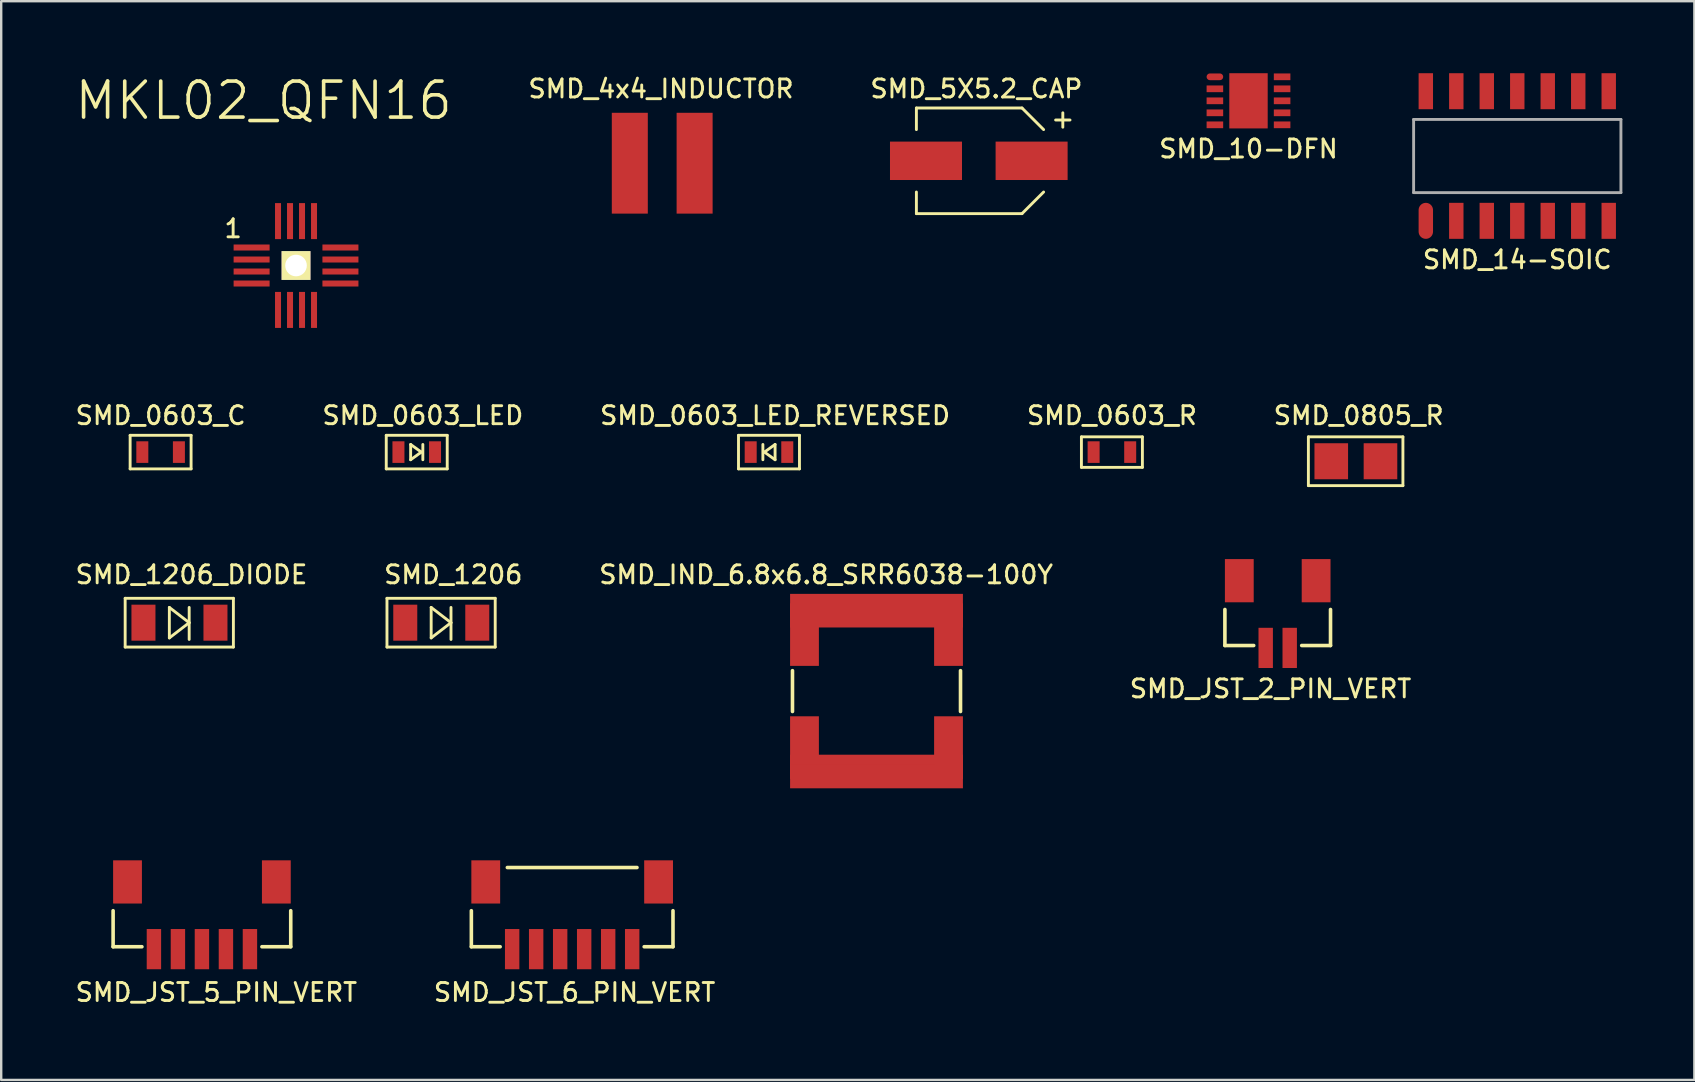
<source format=kicad_pcb>
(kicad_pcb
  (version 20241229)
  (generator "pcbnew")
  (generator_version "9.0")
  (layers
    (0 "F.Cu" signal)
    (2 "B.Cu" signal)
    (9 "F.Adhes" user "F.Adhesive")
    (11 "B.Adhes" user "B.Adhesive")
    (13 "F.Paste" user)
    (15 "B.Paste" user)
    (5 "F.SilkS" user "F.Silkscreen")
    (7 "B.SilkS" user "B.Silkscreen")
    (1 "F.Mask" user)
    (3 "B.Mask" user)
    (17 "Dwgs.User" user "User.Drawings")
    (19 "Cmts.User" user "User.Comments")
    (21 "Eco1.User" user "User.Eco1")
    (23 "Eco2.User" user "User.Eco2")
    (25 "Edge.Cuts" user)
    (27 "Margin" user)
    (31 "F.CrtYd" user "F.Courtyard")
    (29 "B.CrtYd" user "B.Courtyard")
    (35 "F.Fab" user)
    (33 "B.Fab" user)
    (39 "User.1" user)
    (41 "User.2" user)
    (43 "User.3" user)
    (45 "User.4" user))
  (footprint "SMD_JST_5_PIN_VERT"
    (layer "F.Cu")
    (at 3.362 36.49)
    (property "Reference" "SMD_JST_5_PIN_VERT" (at 2.6 1.8 0) (layer "F.SilkS") (effects (font (size 0.75 0.75) (thickness 0.12))))
    (attr through_hole)
    (fp_line (start -1.7 -1.6) (end -1.7 -0.1) (stroke (width 0.15) (type solid)) (layer "F.SilkS"))
    (fp_line (start -0.5 -0.1) (end -1.7 -0.1) (stroke (width 0.15) (type solid)) (layer "F.SilkS"))
    (fp_line (start 4.5 -0.1) (end 5.7 -0.1) (stroke (width 0.15) (type solid)) (layer "F.SilkS"))
    (fp_line (start 5.7 -1.6) (end 5.7 -0.1) (stroke (width 0.15) (type solid)) (layer "F.SilkS"))
    (pad "" smd rect (at -1.1 -2.8) (size 1.2 1.8) (layers "F.Cu" "F.Mask" "F.Paste"))
    (pad "" smd rect (at 5.1 -2.8) (size 1.2 1.8) (layers "F.Cu" "F.Mask" "F.Paste"))
    (pad "1" smd rect (at 0 0) (size 0.6 1.675) (layers "F.Cu" "F.Mask" "F.Paste"))
    (pad "2" smd rect (at 1 0) (size 0.6 1.675) (layers "F.Cu" "F.Mask" "F.Paste"))
    (pad "3" smd rect (at 2 0) (size 0.6 1.675) (layers "F.Cu" "F.Mask" "F.Paste"))
    (pad "4" smd rect (at 3 0) (size 0.6 1.675) (layers "F.Cu" "F.Mask" "F.Paste"))
    (pad "5" smd rect (at 4 0) (size 0.6 1.675) (layers "F.Cu" "F.Mask" "F.Paste")))
  (footprint "MKL02_QFN16"
    (layer "F.Cu")
    (at 7.932 8.761)
    (property "Reference" "MKL02_QFN16" (at 0 -7.62 0) (layer "F.SilkS") (effects (font (size 1.5 1.5) (thickness 0.15))))
    (attr through_hole)
    (fp_text user "1" (at -1.27 -2.286 0) (layer "F.SilkS") (effects (font (size 0.75 0.75) (thickness 0.12))))
    (pad "" thru_hole rect (at 1.35 -0.75 90) (size 1.2 1.2) (drill 0.9) (layers "*.Cu" "*.Mask" "F.SilkS"))
    (pad "1" smd rect (at 0 -1.5) (size 1.5 0.25) (drill (offset -0.5 0)) (layers "F.Cu" "F.Mask" "F.Paste"))
    (pad "2" smd rect (at 0 -1) (size 1.5 0.25) (drill (offset -0.5 0)) (layers "F.Cu" "F.Mask" "F.Paste"))
    (pad "3" smd rect (at 0 -0.5) (size 1.5 0.25) (drill (offset -0.5 0)) (layers "F.Cu" "F.Mask" "F.Paste"))
    (pad "4" smd rect (at 0 0) (size 1.5 0.25) (drill (offset -0.5 0)) (layers "F.Cu" "F.Mask" "F.Paste"))
    (pad "5" smd rect (at 0.6 0.6 90) (size 1.5 0.25) (drill (offset -0.5 0)) (layers "F.Cu" "F.Mask" "F.Paste"))
    (pad "6" smd rect (at 1.1 0.6 90) (size 1.5 0.25) (drill (offset -0.5 0)) (layers "F.Cu" "F.Mask" "F.Paste"))
    (pad "7" smd rect (at 1.6 0.6 90) (size 1.5 0.25) (drill (offset -0.5 0)) (layers "F.Cu" "F.Mask" "F.Paste"))
    (pad "8" smd rect (at 2.1 0.6 90) (size 1.5 0.25) (drill (offset -0.5 0)) (layers "F.Cu" "F.Mask" "F.Paste"))
    (pad "9" smd rect (at 2.7 0 180) (size 1.5 0.25) (drill (offset -0.5 0)) (layers "F.Cu" "F.Mask" "F.Paste"))
    (pad "10" smd rect (at 2.7 -0.5 180) (size 1.5 0.25) (drill (offset -0.5 0)) (layers "F.Cu" "F.Mask" "F.Paste"))
    (pad "11" smd rect (at 2.7 -1 180) (size 1.5 0.25) (drill (offset -0.5 0)) (layers "F.Cu" "F.Mask" "F.Paste"))
    (pad "12" smd rect (at 2.7 -1.5 180) (size 1.5 0.25) (drill (offset -0.5 0)) (layers "F.Cu" "F.Mask" "F.Paste"))
    (pad "13" smd rect (at 2.1 -2.1 270) (size 1.5 0.25) (drill (offset -0.5 0)) (layers "F.Cu" "F.Mask" "F.Paste"))
    (pad "14" smd rect (at 1.6 -2.1 270) (size 1.5 0.25) (drill (offset -0.5 0)) (layers "F.Cu" "F.Mask" "F.Paste"))
    (pad "15" smd rect (at 1.1 -2.1 270) (size 1.5 0.25) (drill (offset -0.5 0)) (layers "F.Cu" "F.Mask" "F.Paste"))
    (pad "16" smd rect (at 0.6 -2.1 270) (size 1.5 0.25) (drill (offset -0.5 0)) (layers "F.Cu" "F.Mask" "F.Paste")))
  (footprint "SMD_1206"
    (layer "F.Cu")
    (at 13.833 22.89)
    (property "Reference" "SMD_1206" (at 2 -2 0) (layer "F.SilkS") (effects (font (size 0.75 0.75) (thickness 0.12))))
    (attr through_hole)
    (fp_line (start -0.762 -1.016) (end 3.747 -1.016) (stroke (width 0.12) (type solid)) (layer "F.SilkS"))
    (fp_line (start -0.762 1.016) (end -0.762 -1.016) (stroke (width 0.12) (type solid)) (layer "F.SilkS"))
    (fp_line (start 1.079 -0.635) (end 1.079 0.635) (stroke (width 0.12) (type solid)) (layer "F.SilkS"))
    (fp_line (start 1.079 0.635) (end 1.905 0) (stroke (width 0.12) (type solid)) (layer "F.SilkS"))
    (fp_line (start 1.905 -0.635) (end 1.905 0.699) (stroke (width 0.12) (type solid)) (layer "F.SilkS"))
    (fp_line (start 1.905 0) (end 1.079 -0.635) (stroke (width 0.12) (type solid)) (layer "F.SilkS"))
    (fp_line (start 3.747 -1.016) (end 3.747 1.016) (stroke (width 0.12) (type solid)) (layer "F.SilkS"))
    (fp_line (start 3.747 1.016) (end -0.762 1.016) (stroke (width 0.12) (type solid)) (layer "F.SilkS"))
    (pad "1" smd rect (at 0 0) (size 1 1.5) (layers "F.Cu" "F.Mask" "F.Paste"))
    (pad "2" smd rect (at 3 0) (size 1 1.5) (layers "F.Cu" "F.Mask" "F.Paste")))
  (footprint "SMD_14-SOIC"
    (layer "F.Cu")
    (at 60.158 3.45)
    (property "Reference" "SMD_14-SOIC" (at 0 4.318 0) (layer "F.SilkS") (effects (font (size 0.75 0.75) (thickness 0.12))))
    (attr through_hole)
    (fp_line (start -4.318 -1.524) (end 4.318 -1.524) (stroke (width 0.12) (type solid)) (layer "F.Fab"))
    (fp_line (start -4.318 1.524) (end -4.318 -1.524) (stroke (width 0.12) (type solid)) (layer "F.Fab"))
    (fp_line (start 4.318 -1.524) (end 4.318 1.524) (stroke (width 0.12) (type solid)) (layer "F.Fab"))
    (fp_line (start 4.318 1.524) (end -4.318 1.524) (stroke (width 0.12) (type solid)) (layer "F.Fab"))
    (pad "1" smd oval (at -3.81 2.7) (size 0.6 1.5) (layers "F.Cu" "F.Mask" "F.Paste"))
    (pad "2" smd rect (at -2.54 2.7) (size 0.6 1.5) (layers "F.Cu" "F.Mask" "F.Paste"))
    (pad "3" smd rect (at -1.27 2.7) (size 0.6 1.5) (layers "F.Cu" "F.Mask" "F.Paste"))
    (pad "4" smd rect (at 0 2.7) (size 0.6 1.5) (layers "F.Cu" "F.Mask" "F.Paste"))
    (pad "5" smd rect (at 1.27 2.7) (size 0.6 1.5) (layers "F.Cu" "F.Mask" "F.Paste"))
    (pad "6" smd rect (at 2.54 2.7) (size 0.6 1.5) (layers "F.Cu" "F.Mask" "F.Paste"))
    (pad "7" smd rect (at 3.81 2.7) (size 0.6 1.5) (layers "F.Cu" "F.Mask" "F.Paste"))
    (pad "8" smd rect (at 3.81 -2.7) (size 0.6 1.5) (layers "F.Cu" "F.Mask" "F.Paste"))
    (pad "9" smd rect (at 2.54 -2.7) (size 0.6 1.5) (layers "F.Cu" "F.Mask" "F.Paste"))
    (pad "10" smd rect (at 1.27 -2.7) (size 0.6 1.5) (layers "F.Cu" "F.Mask" "F.Paste"))
    (pad "11" smd rect (at 0 -2.7) (size 0.6 1.5) (layers "F.Cu" "F.Mask" "F.Paste"))
    (pad "12" smd rect (at -1.27 -2.7) (size 0.6 1.5) (layers "F.Cu" "F.Mask" "F.Paste"))
    (pad "13" smd rect (at -2.54 -2.7) (size 0.6 1.5) (layers "F.Cu" "F.Mask" "F.Paste"))
    (pad "14" smd rect (at -3.81 -2.7) (size 0.6 1.5) (layers "F.Cu" "F.Mask" "F.Paste")))
  (footprint "SMD_0603_C"
    (layer "F.Cu")
    (at 4.403 15.784)
    (property "Reference" "SMD_0603_C" (at -0.762 -1.524 0) (layer "F.SilkS") (effects (font (size 0.75 0.75) (thickness 0.12))))
    (attr through_hole)
    (fp_line (start -2.032 -0.699) (end -2.032 0.699) (stroke (width 0.12) (type solid)) (layer "F.SilkS"))
    (fp_line (start -2.032 -0.699) (end 0.508 -0.699) (stroke (width 0.12) (type solid)) (layer "F.SilkS"))
    (fp_line (start 0.508 -0.699) (end 0.508 0.699) (stroke (width 0.12) (type solid)) (layer "F.SilkS"))
    (fp_line (start 0.508 0.699) (end -2.032 0.699) (stroke (width 0.12) (type solid)) (layer "F.SilkS"))
    (pad "1" smd rect (at -1.524 0) (size 0.5 0.9) (layers "F.Cu" "F.Mask" "F.Paste"))
    (pad "2" smd rect (at 0 0) (size 0.5 0.9) (layers "F.Cu" "F.Mask" "F.Paste")))
  (footprint "SMD_10-DFN"
    (layer "F.Cu")
    (at 48.961 1.15)
    (property "Reference" "SMD_10-DFN" (at 0 2 0) (layer "F.SilkS") (effects (font (size 0.75 0.75) (thickness 0.12))))
    (attr through_hole)
    (pad "1" smd oval (at -1.4 -1) (size 0.69 0.28) (layers "F.Cu" "F.Mask" "F.Paste"))
    (pad "2" smd rect (at -1.4 -0.5) (size 0.69 0.28) (layers "F.Cu" "F.Mask" "F.Paste"))
    (pad "3" smd rect (at -1.4 0) (size 0.69 0.28) (layers "F.Cu" "F.Mask" "F.Paste"))
    (pad "4" smd rect (at -1.4 0.5) (size 0.69 0.28) (layers "F.Cu" "F.Mask" "F.Paste"))
    (pad "5" smd rect (at -1.4 1) (size 0.69 0.28) (layers "F.Cu" "F.Mask" "F.Paste"))
    (pad "5" smd rect (at 0 0) (size 1.6 2.3) (layers "F.Cu" "F.Mask" "F.Paste"))
    (pad "6" smd rect (at 1.4 1) (size 0.69 0.28) (layers "F.Cu" "F.Mask" "F.Paste"))
    (pad "7" smd rect (at 1.4 0.5) (size 0.69 0.28) (layers "F.Cu" "F.Mask" "F.Paste"))
    (pad "8" smd rect (at 1.4 0) (size 0.69 0.28) (layers "F.Cu" "F.Mask" "F.Paste"))
    (pad "9" smd rect (at 1.4 -0.5) (size 0.69 0.28) (layers "F.Cu" "F.Mask" "F.Paste"))
    (pad "10" smd rect (at 1.4 -1) (size 0.69 0.28) (layers "F.Cu" "F.Mask" "F.Paste")))
  (footprint "SMD_5X5.2_CAP"
    (layer "F.Cu")
    (at 35.526 3.649)
    (property "Reference" "SMD_5X5.2_CAP" (at 2.1 -3 0) (layer "F.SilkS") (effects (font (size 0.75 0.75) (thickness 0.12))))
    (attr through_hole)
    (fp_line (start -0.4 -2.2) (end -0.4 -1.3) (stroke (width 0.12) (type solid)) (layer "F.SilkS"))
    (fp_line (start -0.4 2.2) (end -0.4 1.3) (stroke (width 0.12) (type solid)) (layer "F.SilkS"))
    (fp_line (start 4 -2.2) (end -0.4 -2.2) (stroke (width 0.12) (type solid)) (layer "F.SilkS"))
    (fp_line (start 4 -2.2) (end 4.9 -1.3) (stroke (width 0.12) (type solid)) (layer "F.SilkS"))
    (fp_line (start 4 2.2) (end -0.4 2.2) (stroke (width 0.12) (type solid)) (layer "F.SilkS"))
    (fp_line (start 4.9 1.3) (end 4 2.2) (stroke (width 0.12) (type solid)) (layer "F.SilkS"))
    (fp_line (start 5.4 -1.7) (end 6 -1.7) (stroke (width 0.12) (type solid)) (layer "F.SilkS"))
    (fp_line (start 5.7 -2) (end 5.7 -1.4) (stroke (width 0.12) (type solid)) (layer "F.SilkS"))
    (pad "1" smd rect (at 4.4 0) (size 3 1.6) (layers "F.Cu" "F.Mask" "F.Paste"))
    (pad "2" smd rect (at 0 0) (size 3 1.6) (layers "F.Cu" "F.Mask" "F.Paste")))
  (footprint "SMD_0603_R"
    (layer "F.Cu")
    (at 44.033 15.784)
    (property "Reference" "SMD_0603_R" (at -0.762 -1.524 0) (layer "F.SilkS") (effects (font (size 0.75 0.75) (thickness 0.12))))
    (attr through_hole)
    (fp_line (start -2.032 -0.635) (end 0.508 -0.635) (stroke (width 0.12) (type solid)) (layer "F.SilkS"))
    (fp_line (start -2.032 0.635) (end -2.032 -0.635) (stroke (width 0.12) (type solid)) (layer "F.SilkS"))
    (fp_line (start 0.508 -0.635) (end 0.508 0.635) (stroke (width 0.12) (type solid)) (layer "F.SilkS"))
    (fp_line (start 0.508 0.635) (end -2.032 0.635) (stroke (width 0.12) (type solid)) (layer "F.SilkS"))
    (pad "1" smd rect (at -1.524 0) (size 0.5 0.9) (layers "F.Cu" "F.Mask" "F.Paste"))
    (pad "2" smd rect (at 0 0) (size 0.5 0.9) (layers "F.Cu" "F.Mask" "F.Paste")))
  (footprint "SMD_4x4_INDUCTOR"
    (layer "F.Cu")
    (at 23.187 3.749)
    (property "Reference" "SMD_4x4_INDUCTOR" (at 1.3 -3.1 0) (layer "F.SilkS") (effects (font (size 0.75 0.75) (thickness 0.12))))
    (attr through_hole)
    (pad "1" smd rect (at 0 0) (size 1.5 4.2) (layers "F.Cu" "F.Mask" "F.Paste"))
    (pad "2" smd rect (at 2.7 0) (size 1.5 4.2) (layers "F.Cu" "F.Mask" "F.Paste")))
  (footprint "SMD_0603_LED_REVERSED"
    (layer "F.Cu")
    (at 29.747 15.784)
    (property "Reference" "SMD_0603_LED_REVERSED" (at -0.508 -1.524 0) (layer "F.SilkS") (effects (font (size 0.75 0.75) (thickness 0.12))))
    (attr through_hole)
    (fp_line (start -2.032 -0.699) (end -2.032 0.699) (stroke (width 0.12) (type solid)) (layer "F.SilkS"))
    (fp_line (start -2.032 0.699) (end 0.508 0.699) (stroke (width 0.12) (type solid)) (layer "F.SilkS"))
    (fp_line (start -1.016 0.318) (end -1.016 -0.318) (stroke (width 0.12) (type solid)) (layer "F.SilkS"))
    (fp_line (start -0.953 0) (end -0.508 0.318) (stroke (width 0.12) (type solid)) (layer "F.SilkS"))
    (fp_line (start -0.508 -0.318) (end -0.953 0) (stroke (width 0.12) (type solid)) (layer "F.SilkS"))
    (fp_line (start -0.508 0.318) (end -0.508 -0.318) (stroke (width 0.12) (type solid)) (layer "F.SilkS"))
    (fp_line (start 0.508 -0.699) (end -2.032 -0.699) (stroke (width 0.12) (type solid)) (layer "F.SilkS"))
    (fp_line (start 0.508 -0.699) (end 0.508 0.699) (stroke (width 0.12) (type solid)) (layer "F.SilkS"))
    (pad "1" smd rect (at -1.524 0) (size 0.5 0.9) (layers "F.Cu" "F.Mask" "F.Paste"))
    (pad "2" smd rect (at 0 0) (size 0.5 0.9) (layers "F.Cu" "F.Mask" "F.Paste")))
  (footprint "SMD_JST_2_PIN_VERT"
    (layer "F.Cu")
    (at 49.678 23.941)
    (property "Reference" "SMD_JST_2_PIN_VERT" (at 0.2 1.7 0) (layer "F.SilkS") (effects (font (size 0.75 0.75) (thickness 0.12))))
    (attr through_hole)
    (fp_line (start -1.7 -1.6) (end -1.7 -0.1) (stroke (width 0.15) (type solid)) (layer "F.SilkS"))
    (fp_line (start -0.5 -0.1) (end -1.7 -0.1) (stroke (width 0.15) (type solid)) (layer "F.SilkS"))
    (fp_line (start 1.5 -0.1) (end 2.7 -0.1) (stroke (width 0.15) (type solid)) (layer "F.SilkS"))
    (fp_line (start 2.7 -1.6) (end 2.7 -0.1) (stroke (width 0.15) (type solid)) (layer "F.SilkS"))
    (pad "" smd rect (at -1.1 -2.8) (size 1.2 1.8) (layers "F.Cu" "F.Mask" "F.Paste"))
    (pad "" smd rect (at 2.1 -2.8) (size 1.2 1.8) (layers "F.Cu" "F.Mask" "F.Paste"))
    (pad "1" smd rect (at 0 0) (size 0.6 1.675) (layers "F.Cu" "F.Mask" "F.Paste"))
    (pad "2" smd rect (at 1 0) (size 0.6 1.675) (layers "F.Cu" "F.Mask" "F.Paste")))
  (footprint "SMD_0603_LED"
    (layer "F.Cu")
    (at 15.073 15.784)
    (property "Reference" "SMD_0603_LED" (at -0.508 -1.524 0) (layer "F.SilkS") (effects (font (size 0.75 0.75) (thickness 0.12))))
    (attr through_hole)
    (fp_line (start -2.032 -0.699) (end -2.032 0.699) (stroke (width 0.12) (type solid)) (layer "F.SilkS"))
    (fp_line (start -2.032 0.699) (end 0.508 0.699) (stroke (width 0.12) (type solid)) (layer "F.SilkS"))
    (fp_line (start -1.016 -0.318) (end -1.016 0.318) (stroke (width 0.12) (type solid)) (layer "F.SilkS"))
    (fp_line (start -1.016 0.318) (end -0.572 0) (stroke (width 0.12) (type solid)) (layer "F.SilkS"))
    (fp_line (start -0.572 0) (end -1.016 -0.318) (stroke (width 0.12) (type solid)) (layer "F.SilkS"))
    (fp_line (start -0.508 -0.318) (end -0.508 0.318) (stroke (width 0.12) (type solid)) (layer "F.SilkS"))
    (fp_line (start 0.508 -0.699) (end -2.032 -0.699) (stroke (width 0.12) (type solid)) (layer "F.SilkS"))
    (fp_line (start 0.508 -0.699) (end 0.508 0.699) (stroke (width 0.12) (type solid)) (layer "F.SilkS"))
    (pad "1" smd rect (at -1.524 0) (size 0.5 0.9) (layers "F.Cu" "F.Mask" "F.Paste"))
    (pad "2" smd rect (at 0 0) (size 0.5 0.9) (layers "F.Cu" "F.Mask" "F.Paste")))
  (footprint "SMD_IND_6.8x6.8_SRR6038-100Y"
    (layer "F.Cu")
    (at 33.464 23.39)
    (property "Reference" "SMD_IND_6.8x6.8_SRR6038-100Y" (at -2.1 -2.5 0) (layer "F.SilkS") (effects (font (size 0.75 0.75) (thickness 0.12))))
    (attr through_hole)
    (fp_line (start -3.5 1.5) (end -3.5 3.2) (stroke (width 0.15) (type solid)) (layer "F.SilkS"))
    (fp_line (start 3.5 1.5) (end 3.5 3.2) (stroke (width 0.15) (type solid)) (layer "F.SilkS"))
    (pad "1" smd rect (at -3 0) (size 1.2 2.6) (layers "F.Cu" "F.Mask" "F.Paste"))
    (pad "1" smd rect (at 0 -1.2) (size 7.2 1) (layers "F.Cu" "F.Mask" "F.Paste"))
    (pad "1" smd rect (at 0 -0.8) (size 7.2 1) (layers "F.Cu" "F.Mask" "F.Paste"))
    (pad "1" smd rect (at 3 0) (size 1.2 2.6) (layers "F.Cu" "F.Mask" "F.Paste"))
    (pad "2" smd rect (at -3 4.7) (size 1.2 2.6) (layers "F.Cu" "F.Mask" "F.Paste"))
    (pad "2" smd rect (at 0 5.5) (size 7.2 1) (layers "F.Cu" "F.Mask" "F.Paste"))
    (pad "2" smd rect (at 0 5.9) (size 7.2 1) (layers "F.Cu" "F.Mask" "F.Paste"))
    (pad "2" smd rect (at 3 4.7) (size 1.2 2.6) (layers "F.Cu" "F.Mask" "F.Paste")))
  (footprint "SMD_1206_DIODE"
    (layer "F.Cu")
    (at 2.926 22.89)
    (property "Reference" "SMD_1206_DIODE" (at 2 -2 0) (layer "F.SilkS") (effects (font (size 0.75 0.75) (thickness 0.12))))
    (attr through_hole)
    (fp_line (start -0.762 -1.016) (end 3.747 -1.016) (stroke (width 0.12) (type solid)) (layer "F.SilkS"))
    (fp_line (start -0.762 1.016) (end -0.762 -1.016) (stroke (width 0.12) (type solid)) (layer "F.SilkS"))
    (fp_line (start 1.079 -0.635) (end 1.079 0.635) (stroke (width 0.12) (type solid)) (layer "F.SilkS"))
    (fp_line (start 1.079 0.635) (end 1.905 0) (stroke (width 0.12) (type solid)) (layer "F.SilkS"))
    (fp_line (start 1.905 -0.635) (end 1.905 0.699) (stroke (width 0.12) (type solid)) (layer "F.SilkS"))
    (fp_line (start 1.905 0) (end 1.079 -0.635) (stroke (width 0.12) (type solid)) (layer "F.SilkS"))
    (fp_line (start 3.747 -1.016) (end 3.747 1.016) (stroke (width 0.12) (type solid)) (layer "F.SilkS"))
    (fp_line (start 3.747 1.016) (end -0.762 1.016) (stroke (width 0.12) (type solid)) (layer "F.SilkS"))
    (pad "1" smd rect (at 0 0) (size 1 1.5) (layers "F.Cu" "F.Mask" "F.Paste"))
    (pad "2" smd rect (at 3 0) (size 1 1.5) (layers "F.Cu" "F.Mask" "F.Paste")))
  (footprint "SMD_JST_6_PIN_VERT"
    (layer "F.Cu")
    (at 18.286 36.49)
    (property "Reference" "SMD_JST_6_PIN_VERT" (at 2.6 1.8 0) (layer "F.SilkS") (effects (font (size 0.75 0.75) (thickness 0.12))))
    (attr through_hole)
    (fp_line (start -1.7 -1.6) (end -1.7 -0.1) (stroke (width 0.15) (type solid)) (layer "F.SilkS"))
    (fp_line (start -0.5 -0.1) (end -1.7 -0.1) (stroke (width 0.15) (type solid)) (layer "F.SilkS"))
    (fp_line (start -0.2 -3.4) (end 5.2 -3.4) (stroke (width 0.15) (type solid)) (layer "F.SilkS"))
    (fp_line (start 5.5 -0.1) (end 6.7 -0.1) (stroke (width 0.15) (type solid)) (layer "F.SilkS"))
    (fp_line (start 6.7 -1.6) (end 6.7 -0.1) (stroke (width 0.15) (type solid)) (layer "F.SilkS"))
    (pad "" smd rect (at -1.1 -2.8) (size 1.2 1.8) (layers "F.Cu" "F.Mask" "F.Paste"))
    (pad "" smd rect (at 6.1 -2.8) (size 1.2 1.8) (layers "F.Cu" "F.Mask" "F.Paste"))
    (pad "1" smd rect (at 0 0) (size 0.6 1.675) (layers "F.Cu" "F.Mask" "F.Paste"))
    (pad "2" smd rect (at 1 0) (size 0.6 1.675) (layers "F.Cu" "F.Mask" "F.Paste"))
    (pad "3" smd rect (at 2 0) (size 0.6 1.675) (layers "F.Cu" "F.Mask" "F.Paste"))
    (pad "4" smd rect (at 3 0) (size 0.6 1.675) (layers "F.Cu" "F.Mask" "F.Paste"))
    (pad "5" smd rect (at 4 0) (size 0.6 1.675) (layers "F.Cu" "F.Mask" "F.Paste"))
    (pad "6" smd rect (at 5 0) (size 0.6 1.675) (layers "F.Cu" "F.Mask" "F.Paste")))
  (footprint "SMD_0805_R"
    (layer "F.Cu")
    (at 52.409 16.165)
    (property "Reference" "SMD_0805_R" (at 1.143 -1.905 0) (layer "F.SilkS") (effects (font (size 0.75 0.75) (thickness 0.12))))
    (attr through_hole)
    (fp_line (start -0.953 -1.016) (end 2.985 -1.016) (stroke (width 0.12) (type solid)) (layer "F.SilkS"))
    (fp_line (start -0.953 1.016) (end -0.953 -1.016) (stroke (width 0.12) (type solid)) (layer "F.SilkS"))
    (fp_line (start 2.985 -1.016) (end 2.985 1.016) (stroke (width 0.12) (type solid)) (layer "F.SilkS"))
    (fp_line (start 2.985 1.016) (end -0.953 1.016) (stroke (width 0.12) (type solid)) (layer "F.SilkS"))
    (pad "1" smd rect (at 0 0) (size 1.4 1.5) (layers "F.Cu" "F.Mask" "F.Paste"))
    (pad "2" smd rect (at 2.05 0) (size 1.4 1.5) (layers "F.Cu" "F.Mask" "F.Paste")))
  (gr_rect
    (start -3 -3)
    (end 67.536 41.94)
    (stroke (width 0.1) (type default))
    (fill no)
    (layer "Edge.Cuts")))
</source>
